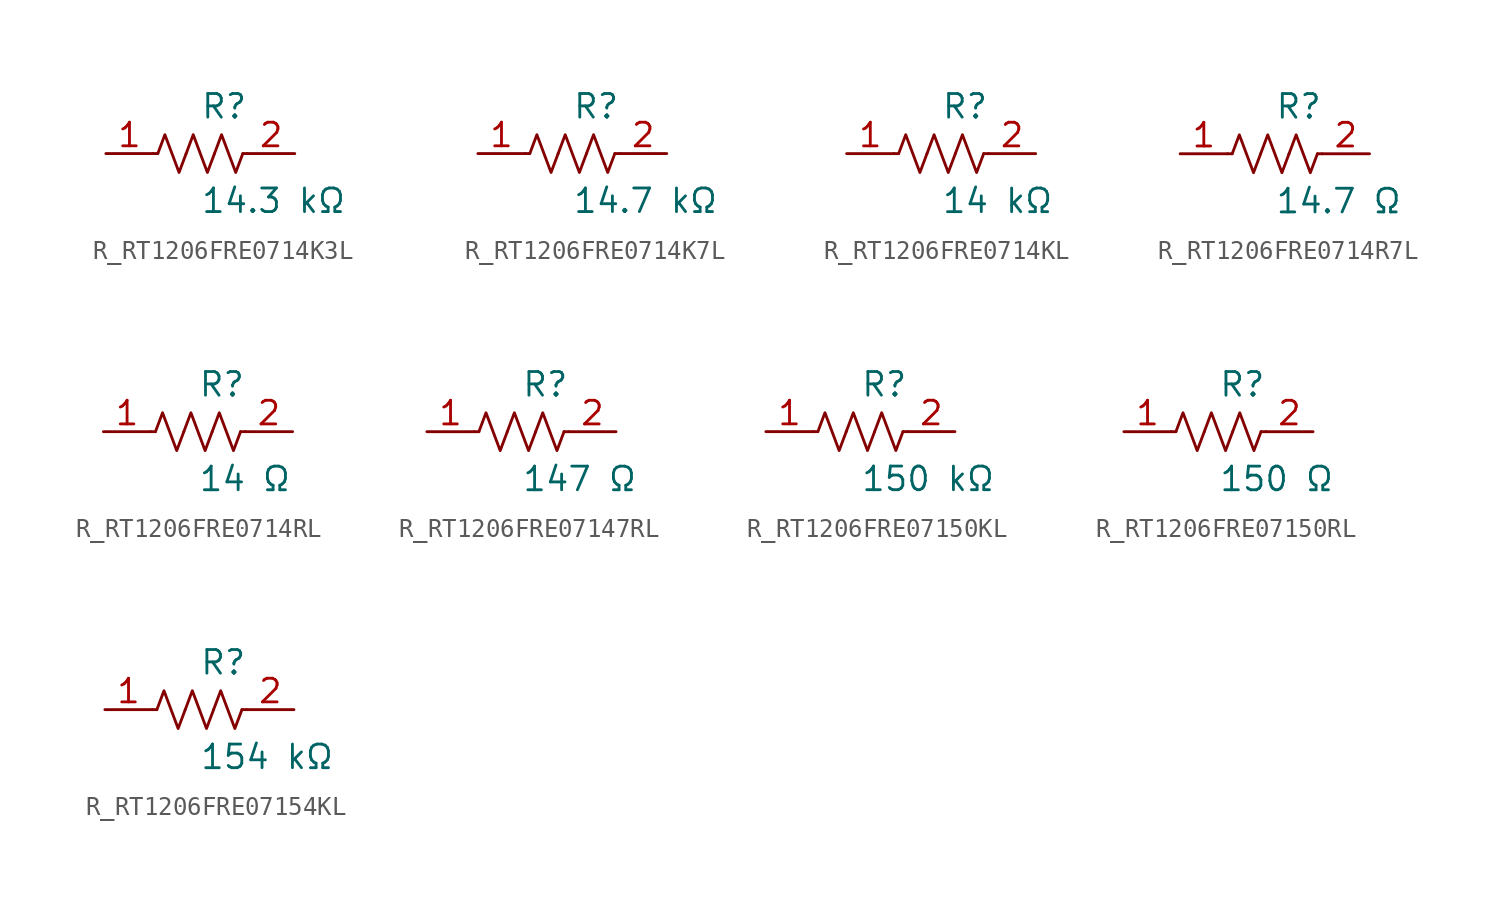
<source format=kicad_sym>
(kicad_symbol_lib
  (version 20231120)
  (generator kicad_symbol_editor)
  (generator_version 8.0)
  (symbol "R_RT1206FRE0714K3L"
    (pin_names
      (offset 0.254))
    (property "Reference" "R"
      (at 0 2.54 0)
      (effects (font (size 1.27 1.27)) (justify left)))
    (property "Value" "14.3 kΩ"
      (at 0 -2.54 0)
      (effects (font (size 1.27 1.27)) (justify left)))
    (symbol "R_RT1206FRE0714K3L_0_1"
      (polyline (pts (xy 2.286 0) (xy 2.54 0)) (stroke (width 0) (type default)) (fill (type none)))
      (polyline (pts (xy -2.286 0) (xy -2.54 0)) (stroke (width 0) (type default)) (fill (type none)))
      (polyline (pts (xy 0.762 0) (xy 1.143 1.016) (xy 1.524 0) (xy 1.905 -1.016) (xy 2.286 0)) (stroke (width 0) (type default)) (fill (type none)))
      (polyline (pts (xy -0.762 0) (xy -0.381 1.016) (xy 0 0) (xy 0.381 -1.016) (xy 0.762 0)) (stroke (width 0) (type default)) (fill (type none)))
      (polyline (pts (xy -2.286 0) (xy -1.905 1.016) (xy -1.524 0) (xy -1.143 -1.016) (xy -0.762 0)) (stroke (width 0) (type default)) (fill (type none))))
    (pin unspecified line
      (at -5.08 0 0)
      (length 2.54)
      (name "" (effects (font (size 1.27 1.27))))
      (number "1" (effects (font (size 1.27 1.27)))))
    (pin unspecified line
      (at 5.08 0 180)
      (length 2.54)
      (name "" (effects (font (size 1.27 1.27))))
      (number "2" (effects (font (size 1.27 1.27))))))
  (symbol "R_RT1206FRE0714K7L"
    (pin_names
      (offset 0.254))
    (property "Reference" "R"
      (at 0 2.54 0)
      (effects (font (size 1.27 1.27)) (justify left)))
    (property "Value" "14.7 kΩ"
      (at 0 -2.54 0)
      (effects (font (size 1.27 1.27)) (justify left)))
    (symbol "R_RT1206FRE0714K7L_0_1"
      (polyline (pts (xy 2.286 0) (xy 2.54 0)) (stroke (width 0) (type default)) (fill (type none)))
      (polyline (pts (xy -2.286 0) (xy -2.54 0)) (stroke (width 0) (type default)) (fill (type none)))
      (polyline (pts (xy 0.762 0) (xy 1.143 1.016) (xy 1.524 0) (xy 1.905 -1.016) (xy 2.286 0)) (stroke (width 0) (type default)) (fill (type none)))
      (polyline (pts (xy -0.762 0) (xy -0.381 1.016) (xy 0 0) (xy 0.381 -1.016) (xy 0.762 0)) (stroke (width 0) (type default)) (fill (type none)))
      (polyline (pts (xy -2.286 0) (xy -1.905 1.016) (xy -1.524 0) (xy -1.143 -1.016) (xy -0.762 0)) (stroke (width 0) (type default)) (fill (type none))))
    (pin unspecified line
      (at -5.08 0 0)
      (length 2.54)
      (name "" (effects (font (size 1.27 1.27))))
      (number "1" (effects (font (size 1.27 1.27)))))
    (pin unspecified line
      (at 5.08 0 180)
      (length 2.54)
      (name "" (effects (font (size 1.27 1.27))))
      (number "2" (effects (font (size 1.27 1.27))))))
  (symbol "R_RT1206FRE0714KL"
    (pin_names
      (offset 0.254))
    (property "Reference" "R"
      (at 0 2.54 0)
      (effects (font (size 1.27 1.27)) (justify left)))
    (property "Value" "14 kΩ"
      (at 0 -2.54 0)
      (effects (font (size 1.27 1.27)) (justify left)))
    (symbol "R_RT1206FRE0714KL_0_1"
      (polyline (pts (xy 2.286 0) (xy 2.54 0)) (stroke (width 0) (type default)) (fill (type none)))
      (polyline (pts (xy -2.286 0) (xy -2.54 0)) (stroke (width 0) (type default)) (fill (type none)))
      (polyline (pts (xy 0.762 0) (xy 1.143 1.016) (xy 1.524 0) (xy 1.905 -1.016) (xy 2.286 0)) (stroke (width 0) (type default)) (fill (type none)))
      (polyline (pts (xy -0.762 0) (xy -0.381 1.016) (xy 0 0) (xy 0.381 -1.016) (xy 0.762 0)) (stroke (width 0) (type default)) (fill (type none)))
      (polyline (pts (xy -2.286 0) (xy -1.905 1.016) (xy -1.524 0) (xy -1.143 -1.016) (xy -0.762 0)) (stroke (width 0) (type default)) (fill (type none))))
    (pin unspecified line
      (at -5.08 0 0)
      (length 2.54)
      (name "" (effects (font (size 1.27 1.27))))
      (number "1" (effects (font (size 1.27 1.27)))))
    (pin unspecified line
      (at 5.08 0 180)
      (length 2.54)
      (name "" (effects (font (size 1.27 1.27))))
      (number "2" (effects (font (size 1.27 1.27))))))
  (symbol "R_RT1206FRE0714R7L"
    (pin_names
      (offset 0.254))
    (property "Reference" "R"
      (at 0 2.54 0)
      (effects (font (size 1.27 1.27)) (justify left)))
    (property "Value" "14.7 Ω"
      (at 0 -2.54 0)
      (effects (font (size 1.27 1.27)) (justify left)))
    (symbol "R_RT1206FRE0714R7L_0_1"
      (polyline (pts (xy 2.286 0) (xy 2.54 0)) (stroke (width 0) (type default)) (fill (type none)))
      (polyline (pts (xy -2.286 0) (xy -2.54 0)) (stroke (width 0) (type default)) (fill (type none)))
      (polyline (pts (xy 0.762 0) (xy 1.143 1.016) (xy 1.524 0) (xy 1.905 -1.016) (xy 2.286 0)) (stroke (width 0) (type default)) (fill (type none)))
      (polyline (pts (xy -0.762 0) (xy -0.381 1.016) (xy 0 0) (xy 0.381 -1.016) (xy 0.762 0)) (stroke (width 0) (type default)) (fill (type none)))
      (polyline (pts (xy -2.286 0) (xy -1.905 1.016) (xy -1.524 0) (xy -1.143 -1.016) (xy -0.762 0)) (stroke (width 0) (type default)) (fill (type none))))
    (pin unspecified line
      (at -5.08 0 0)
      (length 2.54)
      (name "" (effects (font (size 1.27 1.27))))
      (number "1" (effects (font (size 1.27 1.27)))))
    (pin unspecified line
      (at 5.08 0 180)
      (length 2.54)
      (name "" (effects (font (size 1.27 1.27))))
      (number "2" (effects (font (size 1.27 1.27))))))
  (symbol "R_RT1206FRE0714RL"
    (pin_names
      (offset 0.254))
    (property "Reference" "R"
      (at 0 2.54 0)
      (effects (font (size 1.27 1.27)) (justify left)))
    (property "Value" "14 Ω"
      (at 0 -2.54 0)
      (effects (font (size 1.27 1.27)) (justify left)))
    (symbol "R_RT1206FRE0714RL_0_1"
      (polyline (pts (xy 2.286 0) (xy 2.54 0)) (stroke (width 0) (type default)) (fill (type none)))
      (polyline (pts (xy -2.286 0) (xy -2.54 0)) (stroke (width 0) (type default)) (fill (type none)))
      (polyline (pts (xy 0.762 0) (xy 1.143 1.016) (xy 1.524 0) (xy 1.905 -1.016) (xy 2.286 0)) (stroke (width 0) (type default)) (fill (type none)))
      (polyline (pts (xy -0.762 0) (xy -0.381 1.016) (xy 0 0) (xy 0.381 -1.016) (xy 0.762 0)) (stroke (width 0) (type default)) (fill (type none)))
      (polyline (pts (xy -2.286 0) (xy -1.905 1.016) (xy -1.524 0) (xy -1.143 -1.016) (xy -0.762 0)) (stroke (width 0) (type default)) (fill (type none))))
    (pin unspecified line
      (at -5.08 0 0)
      (length 2.54)
      (name "" (effects (font (size 1.27 1.27))))
      (number "1" (effects (font (size 1.27 1.27)))))
    (pin unspecified line
      (at 5.08 0 180)
      (length 2.54)
      (name "" (effects (font (size 1.27 1.27))))
      (number "2" (effects (font (size 1.27 1.27))))))
  (symbol "R_RT1206FRE07147RL"
    (pin_names
      (offset 0.254))
    (property "Reference" "R"
      (at 0 2.54 0)
      (effects (font (size 1.27 1.27)) (justify left)))
    (property "Value" "147 Ω"
      (at 0 -2.54 0)
      (effects (font (size 1.27 1.27)) (justify left)))
    (symbol "R_RT1206FRE07147RL_0_1"
      (polyline (pts (xy 2.286 0) (xy 2.54 0)) (stroke (width 0) (type default)) (fill (type none)))
      (polyline (pts (xy -2.286 0) (xy -2.54 0)) (stroke (width 0) (type default)) (fill (type none)))
      (polyline (pts (xy 0.762 0) (xy 1.143 1.016) (xy 1.524 0) (xy 1.905 -1.016) (xy 2.286 0)) (stroke (width 0) (type default)) (fill (type none)))
      (polyline (pts (xy -0.762 0) (xy -0.381 1.016) (xy 0 0) (xy 0.381 -1.016) (xy 0.762 0)) (stroke (width 0) (type default)) (fill (type none)))
      (polyline (pts (xy -2.286 0) (xy -1.905 1.016) (xy -1.524 0) (xy -1.143 -1.016) (xy -0.762 0)) (stroke (width 0) (type default)) (fill (type none))))
    (pin unspecified line
      (at -5.08 0 0)
      (length 2.54)
      (name "" (effects (font (size 1.27 1.27))))
      (number "1" (effects (font (size 1.27 1.27)))))
    (pin unspecified line
      (at 5.08 0 180)
      (length 2.54)
      (name "" (effects (font (size 1.27 1.27))))
      (number "2" (effects (font (size 1.27 1.27))))))
  (symbol "R_RT1206FRE07150KL"
    (pin_names
      (offset 0.254))
    (property "Reference" "R"
      (at 0 2.54 0)
      (effects (font (size 1.27 1.27)) (justify left)))
    (property "Value" "150 kΩ"
      (at 0 -2.54 0)
      (effects (font (size 1.27 1.27)) (justify left)))
    (symbol "R_RT1206FRE07150KL_0_1"
      (polyline (pts (xy 2.286 0) (xy 2.54 0)) (stroke (width 0) (type default)) (fill (type none)))
      (polyline (pts (xy -2.286 0) (xy -2.54 0)) (stroke (width 0) (type default)) (fill (type none)))
      (polyline (pts (xy 0.762 0) (xy 1.143 1.016) (xy 1.524 0) (xy 1.905 -1.016) (xy 2.286 0)) (stroke (width 0) (type default)) (fill (type none)))
      (polyline (pts (xy -0.762 0) (xy -0.381 1.016) (xy 0 0) (xy 0.381 -1.016) (xy 0.762 0)) (stroke (width 0) (type default)) (fill (type none)))
      (polyline (pts (xy -2.286 0) (xy -1.905 1.016) (xy -1.524 0) (xy -1.143 -1.016) (xy -0.762 0)) (stroke (width 0) (type default)) (fill (type none))))
    (pin unspecified line
      (at -5.08 0 0)
      (length 2.54)
      (name "" (effects (font (size 1.27 1.27))))
      (number "1" (effects (font (size 1.27 1.27)))))
    (pin unspecified line
      (at 5.08 0 180)
      (length 2.54)
      (name "" (effects (font (size 1.27 1.27))))
      (number "2" (effects (font (size 1.27 1.27))))))
  (symbol "R_RT1206FRE07150RL"
    (pin_names
      (offset 0.254))
    (property "Reference" "R"
      (at 0 2.54 0)
      (effects (font (size 1.27 1.27)) (justify left)))
    (property "Value" "150 Ω"
      (at 0 -2.54 0)
      (effects (font (size 1.27 1.27)) (justify left)))
    (symbol "R_RT1206FRE07150RL_0_1"
      (polyline (pts (xy 2.286 0) (xy 2.54 0)) (stroke (width 0) (type default)) (fill (type none)))
      (polyline (pts (xy -2.286 0) (xy -2.54 0)) (stroke (width 0) (type default)) (fill (type none)))
      (polyline (pts (xy 0.762 0) (xy 1.143 1.016) (xy 1.524 0) (xy 1.905 -1.016) (xy 2.286 0)) (stroke (width 0) (type default)) (fill (type none)))
      (polyline (pts (xy -0.762 0) (xy -0.381 1.016) (xy 0 0) (xy 0.381 -1.016) (xy 0.762 0)) (stroke (width 0) (type default)) (fill (type none)))
      (polyline (pts (xy -2.286 0) (xy -1.905 1.016) (xy -1.524 0) (xy -1.143 -1.016) (xy -0.762 0)) (stroke (width 0) (type default)) (fill (type none))))
    (pin unspecified line
      (at -5.08 0 0)
      (length 2.54)
      (name "" (effects (font (size 1.27 1.27))))
      (number "1" (effects (font (size 1.27 1.27)))))
    (pin unspecified line
      (at 5.08 0 180)
      (length 2.54)
      (name "" (effects (font (size 1.27 1.27))))
      (number "2" (effects (font (size 1.27 1.27))))))
  (symbol "R_RT1206FRE07154KL"
    (pin_names
      (offset 0.254))
    (property "Reference" "R"
      (at 0 2.54 0)
      (effects (font (size 1.27 1.27)) (justify left)))
    (property "Value" "154 kΩ"
      (at 0 -2.54 0)
      (effects (font (size 1.27 1.27)) (justify left)))
    (symbol "R_RT1206FRE07154KL_0_1"
      (polyline (pts (xy 2.286 0) (xy 2.54 0)) (stroke (width 0) (type default)) (fill (type none)))
      (polyline (pts (xy -2.286 0) (xy -2.54 0)) (stroke (width 0) (type default)) (fill (type none)))
      (polyline (pts (xy 0.762 0) (xy 1.143 1.016) (xy 1.524 0) (xy 1.905 -1.016) (xy 2.286 0)) (stroke (width 0) (type default)) (fill (type none)))
      (polyline (pts (xy -0.762 0) (xy -0.381 1.016) (xy 0 0) (xy 0.381 -1.016) (xy 0.762 0)) (stroke (width 0) (type default)) (fill (type none)))
      (polyline (pts (xy -2.286 0) (xy -1.905 1.016) (xy -1.524 0) (xy -1.143 -1.016) (xy -0.762 0)) (stroke (width 0) (type default)) (fill (type none))))
    (pin unspecified line
      (at -5.08 0 0)
      (length 2.54)
      (name "" (effects (font (size 1.27 1.27))))
      (number "1" (effects (font (size 1.27 1.27)))))
    (pin unspecified line
      (at 5.08 0 180)
      (length 2.54)
      (name "" (effects (font (size 1.27 1.27))))
      (number "2" (effects (font (size 1.27 1.27)))))))
</source>
